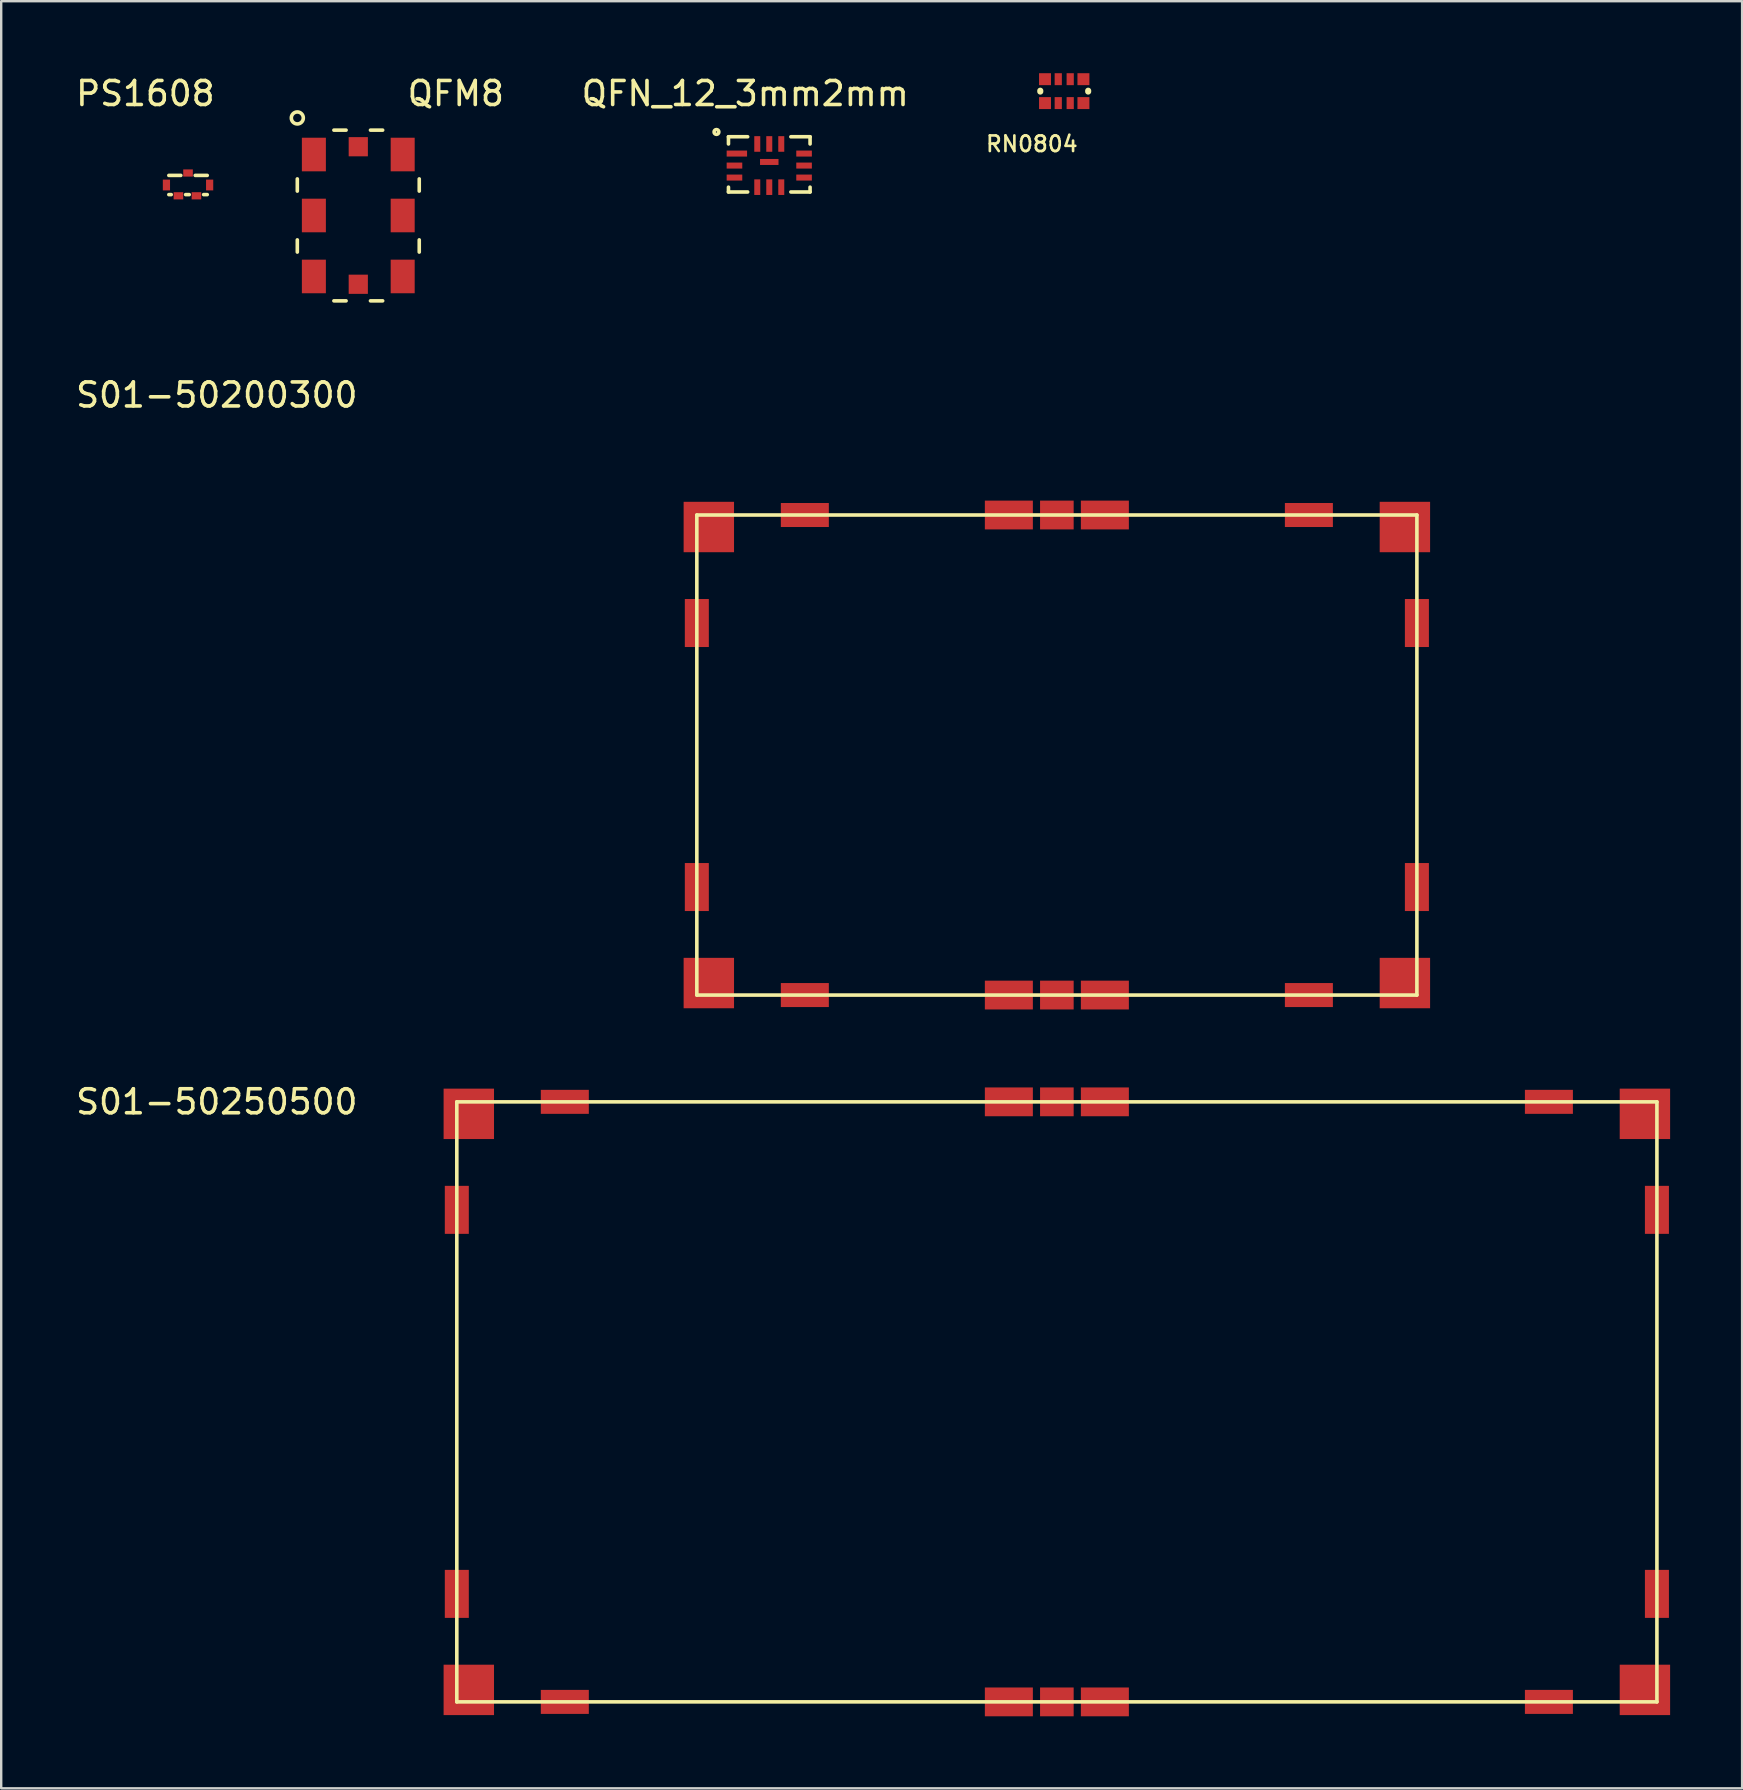
<source format=kicad_pcb>
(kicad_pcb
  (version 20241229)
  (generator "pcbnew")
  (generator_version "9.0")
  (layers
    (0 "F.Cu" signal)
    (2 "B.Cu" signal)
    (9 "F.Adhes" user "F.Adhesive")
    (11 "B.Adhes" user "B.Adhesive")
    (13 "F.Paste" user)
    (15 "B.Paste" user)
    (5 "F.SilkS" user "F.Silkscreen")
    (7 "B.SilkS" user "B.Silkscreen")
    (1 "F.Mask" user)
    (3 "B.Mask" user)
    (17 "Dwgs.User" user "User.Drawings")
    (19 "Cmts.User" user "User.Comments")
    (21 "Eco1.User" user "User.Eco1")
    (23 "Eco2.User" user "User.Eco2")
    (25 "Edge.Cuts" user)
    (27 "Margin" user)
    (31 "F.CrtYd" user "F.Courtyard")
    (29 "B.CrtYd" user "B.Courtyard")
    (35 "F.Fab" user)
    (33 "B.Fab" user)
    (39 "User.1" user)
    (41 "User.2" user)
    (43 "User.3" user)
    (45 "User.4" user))
  (footprint "QFN_12_3mm2mm"
    (layer "F.Cu")
    (at 29 3.848)
    (property "Reference" "QFN_12_3mm2mm" (at -1 -3 0) (layer "F.SilkS") (effects (font (size 1 1) (thickness 0.15))))
    (attr through_hole)
    (fp_line (start -1.7 -1.2) (end -0.9 -1.2) (stroke (width 0.15) (type solid)) (layer "F.SilkS"))
    (fp_line (start -1.7 -0.9) (end -1.7 -1.2) (stroke (width 0.15) (type solid)) (layer "F.SilkS"))
    (fp_line (start -1.7 1.1) (end -1.7 0.9) (stroke (width 0.15) (type solid)) (layer "F.SilkS"))
    (fp_line (start -0.9 1.1) (end -1.7 1.1) (stroke (width 0.15) (type solid)) (layer "F.SilkS"))
    (fp_line (start 0.9 -1.2) (end 1.7 -1.2) (stroke (width 0.15) (type solid)) (layer "F.SilkS"))
    (fp_line (start 1.7 -1.2) (end 1.7 -0.9) (stroke (width 0.15) (type solid)) (layer "F.SilkS"))
    (fp_line (start 1.7 0.9) (end 1.7 1.1) (stroke (width 0.15) (type solid)) (layer "F.SilkS"))
    (fp_line (start 1.7 1.1) (end 0.9 1.1) (stroke (width 0.15) (type solid)) (layer "F.SilkS"))
    (fp_circle (center -2.2 -1.4) (end -2.3 -1.4) (stroke (width 0.15) (type solid)) (fill no) (layer "F.SilkS"))
    (pad "1" smd rect (at -1.35 -0.5) (size 0.85 0.25) (layers "F.Cu" "F.Mask" "F.Paste"))
    (pad "2" smd rect (at -1.45 0) (size 0.65 0.25) (layers "F.Cu" "F.Mask" "F.Paste"))
    (pad "3" smd rect (at -1.45 0.5) (size 0.65 0.25) (layers "F.Cu" "F.Mask" "F.Paste"))
    (pad "4" smd rect (at -0.5 0.9 90) (size 0.65 0.25) (layers "F.Cu" "F.Mask" "F.Paste"))
    (pad "5" smd rect (at 0 0.9 90) (size 0.65 0.25) (layers "F.Cu" "F.Mask" "F.Paste"))
    (pad "6" smd rect (at 0.5 0.9 90) (size 0.65 0.25) (layers "F.Cu" "F.Mask" "F.Paste"))
    (pad "7" smd rect (at 1.45 0.5) (size 0.65 0.25) (layers "F.Cu" "F.Mask" "F.Paste"))
    (pad "8" smd rect (at 1.45 0) (size 0.65 0.25) (layers "F.Cu" "F.Mask" "F.Paste"))
    (pad "9" smd rect (at 1.45 -0.5) (size 0.65 0.25) (layers "F.Cu" "F.Mask" "F.Paste"))
    (pad "10" smd rect (at 0.5 -0.9 90) (size 0.65 0.25) (layers "F.Cu" "F.Mask" "F.Paste"))
    (pad "11" smd rect (at 0 -0.9 90) (size 0.65 0.25) (layers "F.Cu" "F.Mask" "F.Paste"))
    (pad "12" smd rect (at -0.5 -0.9 90) (size 0.65 0.25) (layers "F.Cu" "F.Mask" "F.Paste"))
    (pad "13" smd rect (at 0 -0.15) (size 0.77 0.25) (layers "F.Cu" "F.Mask" "F.Paste")))
  (footprint "S01-50200300"
    (layer "F.Cu")
    (at 15.982 38.407)
    (property "Reference" "S01-50200300" (at -10 -25 0) (layer "F.SilkS") (effects (font (size 1 1) (thickness 0.15))))
    (attr through_hole)
    (fp_line (start 10 -20) (end 40 -20) (stroke (width 0.15) (type solid)) (layer "F.SilkS"))
    (fp_line (start 10 0) (end 10 -20) (stroke (width 0.15) (type solid)) (layer "F.SilkS"))
    (fp_line (start 40 -20) (end 40 0) (stroke (width 0.15) (type solid)) (layer "F.SilkS"))
    (fp_line (start 40 0) (end 10 0) (stroke (width 0.15) (type solid)) (layer "F.SilkS"))
    (pad "1" smd rect (at 25 -20) (size 1.4 1.2) (layers "F.Cu" "F.Mask" "F.Paste"))
    (pad "2" smd rect (at 27 -20) (size 2 1.2) (layers "F.Cu" "F.Mask" "F.Paste"))
    (pad "3" smd rect (at 23 -20) (size 2 1.2) (layers "F.Cu" "F.Mask" "F.Paste"))
    (pad "4" smd rect (at 23 0) (size 2 1.2) (layers "F.Cu" "F.Mask" "F.Paste"))
    (pad "5" smd rect (at 25 0) (size 1.4 1.2) (layers "F.Cu" "F.Mask" "F.Paste"))
    (pad "6" smd rect (at 10.5 -19.5) (size 2.1 2.1) (layers "F.Cu" "F.Mask" "F.Paste"))
    (pad "7" smd rect (at 10.5 -0.5) (size 2.1 2.1) (layers "F.Cu" "F.Mask" "F.Paste"))
    (pad "8" smd rect (at 39.5 -0.5) (size 2.1 2.1) (layers "F.Cu" "F.Mask" "F.Paste"))
    (pad "9" smd rect (at 39.5 -19.5) (size 2.1 2.1) (layers "F.Cu" "F.Mask" "F.Paste"))
    (pad "10" smd rect (at 14.5 -20) (size 2 1) (layers "F.Cu" "F.Mask" "F.Paste"))
    (pad "11" smd rect (at 14.5 0) (size 2 1) (layers "F.Cu" "F.Mask" "F.Paste"))
    (pad "12" smd rect (at 35.5 0) (size 2 1) (layers "F.Cu" "F.Mask" "F.Paste"))
    (pad "13" smd rect (at 35.5 -20) (size 2 1) (layers "F.Cu" "F.Mask" "F.Paste"))
    (pad "14" smd rect (at 10 -15.5) (size 1 2) (layers "F.Cu" "F.Mask" "F.Paste"))
    (pad "15" smd rect (at 10 -4.5) (size 1 2) (layers "F.Cu" "F.Mask" "F.Paste"))
    (pad "16" smd rect (at 40 -4.5) (size 1 2) (layers "F.Cu" "F.Mask" "F.Paste"))
    (pad "17" smd rect (at 40 -15.5) (size 1 2) (layers "F.Cu" "F.Mask" "F.Paste"))
    (pad "18" smd rect (at 27 0) (size 2 1.2) (layers "F.Cu" "F.Mask" "F.Paste")))
  (footprint "S01-50250500"
    (layer "F.Cu")
    (at 15.982 67.856)
    (property "Reference" "S01-50250500" (at -10 -25 0) (layer "F.SilkS") (effects (font (size 1 1) (thickness 0.15))))
    (attr through_hole)
    (fp_line (start 0 -25) (end 50 -25) (stroke (width 0.15) (type solid)) (layer "F.SilkS"))
    (fp_line (start 0 0) (end 0 -25) (stroke (width 0.15) (type solid)) (layer "F.SilkS"))
    (fp_line (start 50 -25) (end 50 0) (stroke (width 0.15) (type solid)) (layer "F.SilkS"))
    (fp_line (start 50 0) (end 0 0) (stroke (width 0.15) (type solid)) (layer "F.SilkS"))
    (pad "1" smd rect (at 25 -25) (size 1.4 1.2) (layers "F.Cu" "F.Mask" "F.Paste"))
    (pad "2" smd rect (at 27 -25) (size 2 1.2) (layers "F.Cu" "F.Mask" "F.Paste"))
    (pad "3" smd rect (at 23 -25) (size 2 1.2) (layers "F.Cu" "F.Mask" "F.Paste"))
    (pad "4" smd rect (at 23 0) (size 2 1.2) (layers "F.Cu" "F.Mask" "F.Paste"))
    (pad "5" smd rect (at 25 0) (size 1.4 1.2) (layers "F.Cu" "F.Mask" "F.Paste"))
    (pad "6" smd rect (at 0.5 -24.5) (size 2.1 2.1) (layers "F.Cu" "F.Mask" "F.Paste"))
    (pad "7" smd rect (at 0.5 -0.5) (size 2.1 2.1) (layers "F.Cu" "F.Mask" "F.Paste"))
    (pad "8" smd rect (at 49.5 -0.5) (size 2.1 2.1) (layers "F.Cu" "F.Mask" "F.Paste"))
    (pad "9" smd rect (at 49.5 -24.5) (size 2.1 2.1) (layers "F.Cu" "F.Mask" "F.Paste"))
    (pad "10" smd rect (at 4.5 -25) (size 2 1) (layers "F.Cu" "F.Mask" "F.Paste"))
    (pad "11" smd rect (at 4.5 0) (size 2 1) (layers "F.Cu" "F.Mask" "F.Paste"))
    (pad "12" smd rect (at 45.5 0) (size 2 1) (layers "F.Cu" "F.Mask" "F.Paste"))
    (pad "13" smd rect (at 45.5 -25) (size 2 1) (layers "F.Cu" "F.Mask" "F.Paste"))
    (pad "14" smd rect (at 0 -20.5) (size 1 2) (layers "F.Cu" "F.Mask" "F.Paste"))
    (pad "15" smd rect (at 0 -4.5) (size 1 2) (layers "F.Cu" "F.Mask" "F.Paste"))
    (pad "16" smd rect (at 50 -4.5) (size 1 2) (layers "F.Cu" "F.Mask" "F.Paste"))
    (pad "17" smd rect (at 50 -20.5) (size 1 2) (layers "F.Cu" "F.Mask" "F.Paste"))
    (pad "18" smd rect (at 27 0) (size 2 1.2) (layers "F.Cu" "F.Mask" "F.Paste")))
  (footprint "PS1608"
    (layer "F.Cu")
    (at 4.784 4.658)
    (property "Reference" "PS1608" (at -1.778 -3.81 0) (layer "F.SilkS") (effects (font (size 1 1) (thickness 0.15))))
    (attr through_hole)
    (fp_line (start -0.8 0.4) (end -0.7 0.4) (stroke (width 0.15) (type solid)) (layer "F.SilkS"))
    (fp_line (start -0.3 -0.4) (end -0.8 -0.4) (stroke (width 0.15) (type solid)) (layer "F.SilkS"))
    (fp_line (start -0.1 0.4) (end 0.05 0.4) (stroke (width 0.15) (type solid)) (layer "F.SilkS"))
    (fp_line (start 0.3 -0.4) (end 0.8 -0.4) (stroke (width 0.15) (type solid)) (layer "F.SilkS"))
    (fp_line (start 0.65 0.4) (end 0.8 0.4) (stroke (width 0.15) (type solid)) (layer "F.SilkS"))
    (pad "1" smd rect (at 0 -0.5 180) (size 0.4 0.3) (layers "F.Cu" "F.Mask" "F.Paste"))
    (pad "2" smd rect (at -0.4 0.45 180) (size 0.4 0.3) (layers "F.Cu" "F.Mask" "F.Paste"))
    (pad "3" smd rect (at 0.35 0.45 180) (size 0.4 0.3) (layers "F.Cu" "F.Mask" "F.Paste"))
    (pad "4" smd rect (at -0.9 0 180) (size 0.3 0.45) (layers "F.Cu" "F.Mask" "F.Paste"))
    (pad "4" smd rect (at 0.9 0 180) (size 0.3 0.45) (layers "F.Cu" "F.Mask" "F.Paste")))
  (footprint "RN0804"
    (layer "F.Cu")
    (at 41.289 0.747)
    (property "Reference" "RN0804" (at -1.35 2.2 0) (layer "F.SilkS") (effects (font (size 0.65 0.65) (thickness 0.11))))
    (attr smd)
    (fp_line (start -0.998 -0.018) (end -0.998 0.018) (stroke (width 0.254) (type solid)) (layer "F.SilkS"))
    (fp_line (start 0.998 -0.018) (end 0.998 0.018) (stroke (width 0.254) (type solid)) (layer "F.SilkS"))
    (pad "1" smd rect (at -0.8 0.498) (size 0.498 0.498) (layers "F.Cu" "F.Mask" "F.Paste"))
    (pad "2" smd rect (at -0.249 0.498) (size 0.3 0.498) (layers "F.Cu" "F.Mask" "F.Paste"))
    (pad "3" smd rect (at 0.249 0.498) (size 0.3 0.498) (layers "F.Cu" "F.Mask" "F.Paste"))
    (pad "4" smd rect (at 0.8 0.498) (size 0.498 0.498) (layers "F.Cu" "F.Mask" "F.Paste"))
    (pad "5" smd rect (at 0.8 -0.498) (size 0.498 0.498) (layers "F.Cu" "F.Mask" "F.Paste"))
    (pad "6" smd rect (at 0.249 -0.498) (size 0.3 0.498) (layers "F.Cu" "F.Mask" "F.Paste"))
    (pad "7" smd rect (at -0.249 -0.498) (size 0.3 0.498) (layers "F.Cu" "F.Mask" "F.Paste"))
    (pad "8" smd rect (at -0.8 -0.498) (size 0.498 0.498) (layers "F.Cu" "F.Mask" "F.Paste")))
  (footprint "QFM8"
    (layer "F.Cu")
    (at 11.877 5.928)
    (property "Reference" "QFM8" (at 4.064 -5.08 0) (layer "F.SilkS") (effects (font (size 1 1) (thickness 0.15))))
    (attr through_hole)
    (fp_line (start -2.54 -1.524) (end -2.54 -1.016) (stroke (width 0.15) (type solid)) (layer "F.SilkS"))
    (fp_line (start -2.54 1.016) (end -2.54 1.524) (stroke (width 0.15) (type solid)) (layer "F.SilkS"))
    (fp_line (start -1.016 -3.556) (end -0.508 -3.556) (stroke (width 0.15) (type solid)) (layer "F.SilkS"))
    (fp_line (start -1.016 3.556) (end -0.508 3.556) (stroke (width 0.15) (type solid)) (layer "F.SilkS"))
    (fp_line (start 0.508 -3.556) (end 1.016 -3.556) (stroke (width 0.15) (type solid)) (layer "F.SilkS"))
    (fp_line (start 0.508 3.556) (end 1.016 3.556) (stroke (width 0.15) (type solid)) (layer "F.SilkS"))
    (fp_line (start 2.54 -1.524) (end 2.54 -1.016) (stroke (width 0.15) (type solid)) (layer "F.SilkS"))
    (fp_line (start 2.54 1.016) (end 2.54 1.524) (stroke (width 0.15) (type solid)) (layer "F.SilkS"))
    (fp_circle (center -2.54 -4.064) (end -2.79 -4.064) (stroke (width 0.15) (type solid)) (fill no) (layer "F.SilkS"))
    (pad "1" smd rect (at -1.85 -2.54) (size 1 1.4) (layers "F.Cu" "F.Mask" "F.Paste"))
    (pad "2" smd rect (at -1.85 0) (size 1 1.4) (layers "F.Cu" "F.Mask" "F.Paste"))
    (pad "3" smd rect (at -1.85 2.54) (size 1 1.4) (layers "F.Cu" "F.Mask" "F.Paste"))
    (pad "4" smd rect (at 1.85 2.54) (size 1 1.4) (layers "F.Cu" "F.Mask" "F.Paste"))
    (pad "5" smd rect (at 1.85 0) (size 1 1.4) (layers "F.Cu" "F.Mask" "F.Paste"))
    (pad "6" smd rect (at 1.85 -2.54) (size 1 1.4) (layers "F.Cu" "F.Mask" "F.Paste"))
    (pad "7" smd rect (at 0 -2.865) (size 0.8 0.8) (layers "F.Cu" "F.Mask" "F.Paste"))
    (pad "8" smd rect (at 0 2.865) (size 0.8 0.8) (layers "F.Cu" "F.Mask" "F.Paste")))
  (gr_rect
    (start -3 -3)
    (end 69.532 71.456)
    (stroke (width 0.1) (type default))
    (fill no)
    (layer "Edge.Cuts")))
</source>
